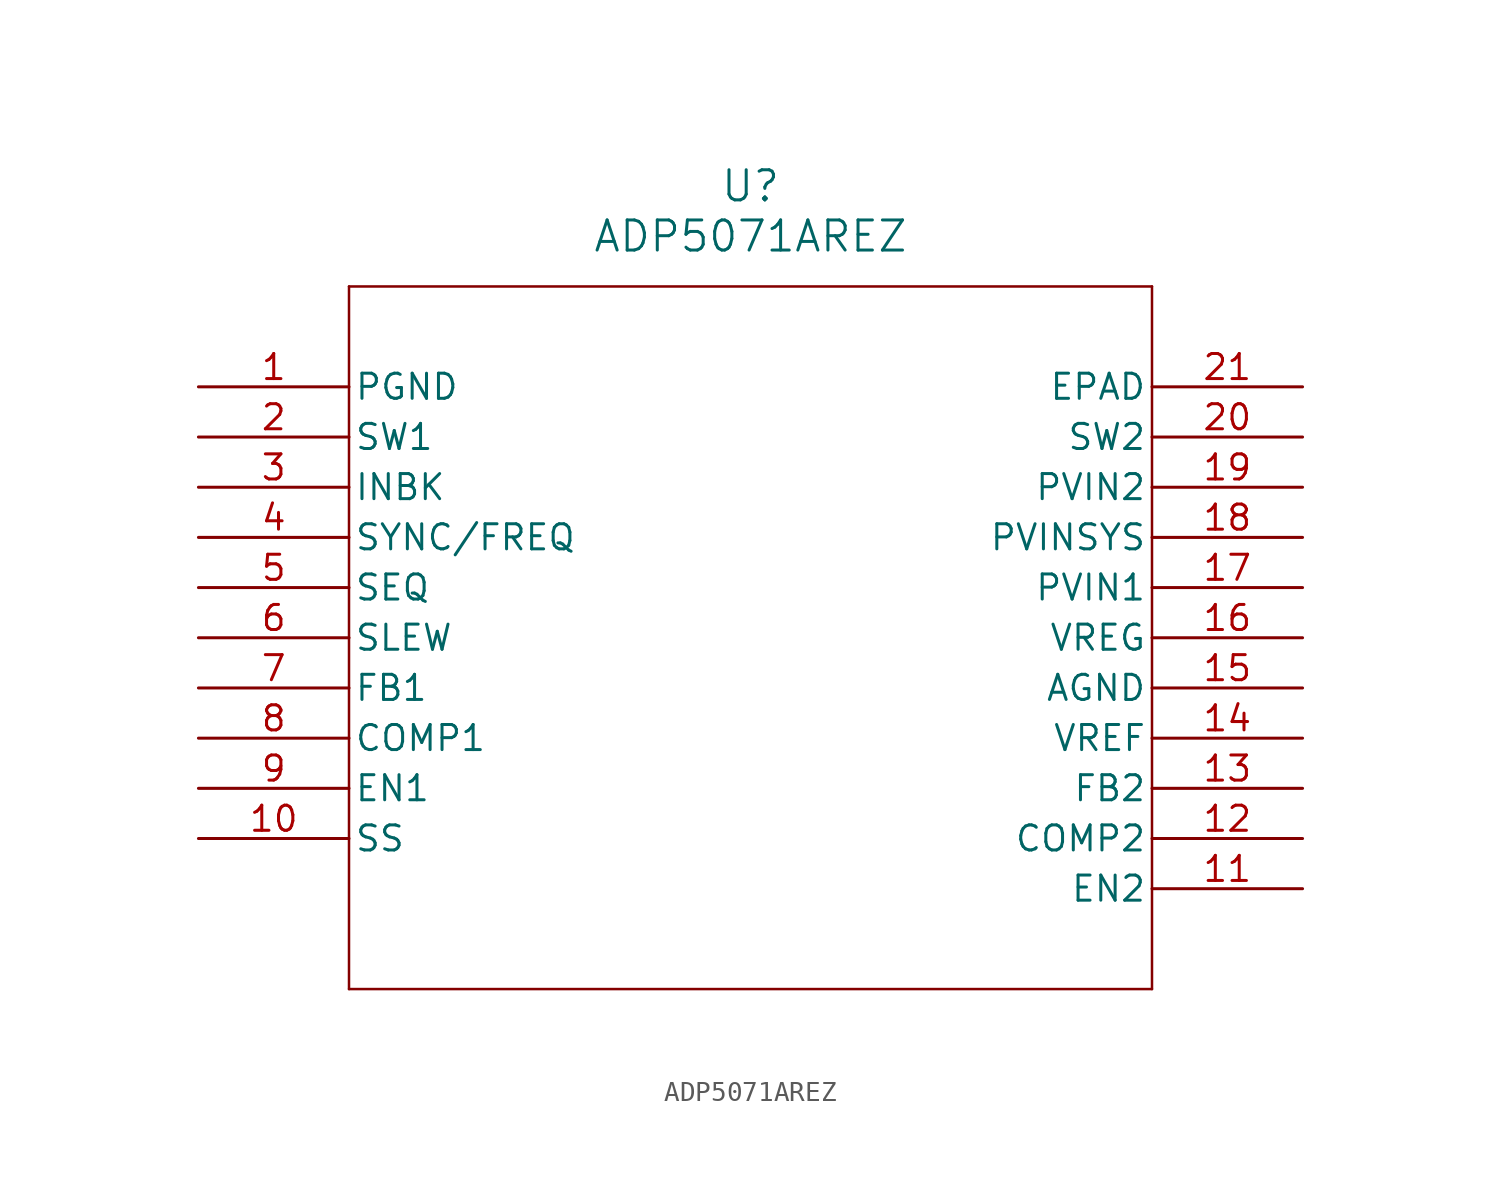
<source format=kicad_sym>
(kicad_symbol_lib
  (version 20211014)
  (generator kicad_symbol_editor)
  (symbol "ADP5071AREZ"
    (pin_names
      (offset 0.254))
    (property "Reference" "U"
      (at 27.94 10.16 0)
      (effects (font (size 1.524 1.524))))
    (property "Value" "ADP5071AREZ"
      (at 27.94 7.62 0)
      (effects (font (size 1.524 1.524))))
    (symbol "ADP5071AREZ_0_1"
      (polyline (pts (xy 7.62 5.08) (xy 7.62 -30.48)) (stroke (width 0.127) (type default) (color 0 0 0 0)) (fill (type none)))
      (polyline (pts (xy 7.62 -30.48) (xy 48.26 -30.48)) (stroke (width 0.127) (type default) (color 0 0 0 0)) (fill (type none)))
      (polyline (pts (xy 48.26 -30.48) (xy 48.26 5.08)) (stroke (width 0.127) (type default) (color 0 0 0 0)) (fill (type none)))
      (polyline (pts (xy 48.26 5.08) (xy 7.62 5.08)) (stroke (width 0.127) (type default) (color 0 0 0 0)) (fill (type none)))
      (pin power_out line (at 0 0 0) (length 7.62) (name "PGND" (effects (font (size 1.27 1.27)))) (number "1" (effects (font (size 1.27 1.27)))))
      (pin unspecified line (at 0 -2.54 0) (length 7.62) (name "SW1" (effects (font (size 1.27 1.27)))) (number "2" (effects (font (size 1.27 1.27)))))
      (pin output line (at 0 -5.08 0) (length 7.62) (name "INBK" (effects (font (size 1.27 1.27)))) (number "3" (effects (font (size 1.27 1.27)))))
      (pin input line (at 0 -7.62 0) (length 7.62) (name "SYNC/FREQ" (effects (font (size 1.27 1.27)))) (number "4" (effects (font (size 1.27 1.27)))))
      (pin unspecified line (at 0 -10.16 0) (length 7.62) (name "SEQ" (effects (font (size 1.27 1.27)))) (number "5" (effects (font (size 1.27 1.27)))))
      (pin unspecified line (at 0 -12.7 0) (length 7.62) (name "SLEW" (effects (font (size 1.27 1.27)))) (number "6" (effects (font (size 1.27 1.27)))))
      (pin input line (at 0 -15.24 0) (length 7.62) (name "FB1" (effects (font (size 1.27 1.27)))) (number "7" (effects (font (size 1.27 1.27)))))
      (pin unspecified line (at 0 -17.78 0) (length 7.62) (name "COMP1" (effects (font (size 1.27 1.27)))) (number "8" (effects (font (size 1.27 1.27)))))
      (pin unspecified line (at 0 -20.32 0) (length 7.62) (name "EN1" (effects (font (size 1.27 1.27)))) (number "9" (effects (font (size 1.27 1.27)))))
      (pin unspecified line (at 0 -22.86 0) (length 7.62) (name "SS" (effects (font (size 1.27 1.27)))) (number "10" (effects (font (size 1.27 1.27)))))
      (pin unspecified line (at 55.88 -25.4 180) (length 7.62) (name "EN2" (effects (font (size 1.27 1.27)))) (number "11" (effects (font (size 1.27 1.27)))))
      (pin unspecified line (at 55.88 -22.86 180) (length 7.62) (name "COMP2" (effects (font (size 1.27 1.27)))) (number "12" (effects (font (size 1.27 1.27)))))
      (pin input line (at 55.88 -20.32 180) (length 7.62) (name "FB2" (effects (font (size 1.27 1.27)))) (number "13" (effects (font (size 1.27 1.27)))))
      (pin output line (at 55.88 -17.78 180) (length 7.62) (name "VREF" (effects (font (size 1.27 1.27)))) (number "14" (effects (font (size 1.27 1.27)))))
      (pin power_out line (at 55.88 -15.24 180) (length 7.62) (name "AGND" (effects (font (size 1.27 1.27)))) (number "15" (effects (font (size 1.27 1.27)))))
      (pin output line (at 55.88 -12.7 180) (length 7.62) (name "VREG" (effects (font (size 1.27 1.27)))) (number "16" (effects (font (size 1.27 1.27)))))
      (pin power_in line (at 55.88 -10.16 180) (length 7.62) (name "PVIN1" (effects (font (size 1.27 1.27)))) (number "17" (effects (font (size 1.27 1.27)))))
      (pin power_in line (at 55.88 -7.62 180) (length 7.62) (name "PVINSYS" (effects (font (size 1.27 1.27)))) (number "18" (effects (font (size 1.27 1.27)))))
      (pin power_in line (at 55.88 -5.08 180) (length 7.62) (name "PVIN2" (effects (font (size 1.27 1.27)))) (number "19" (effects (font (size 1.27 1.27)))))
      (pin unspecified line (at 55.88 -2.54 180) (length 7.62) (name "SW2" (effects (font (size 1.27 1.27)))) (number "20" (effects (font (size 1.27 1.27)))))
      (pin power_out line (at 55.88 0 180) (length 7.62) (name "EPAD" (effects (font (size 1.27 1.27)))) (number "21" (effects (font (size 1.27 1.27))))))))
</source>
